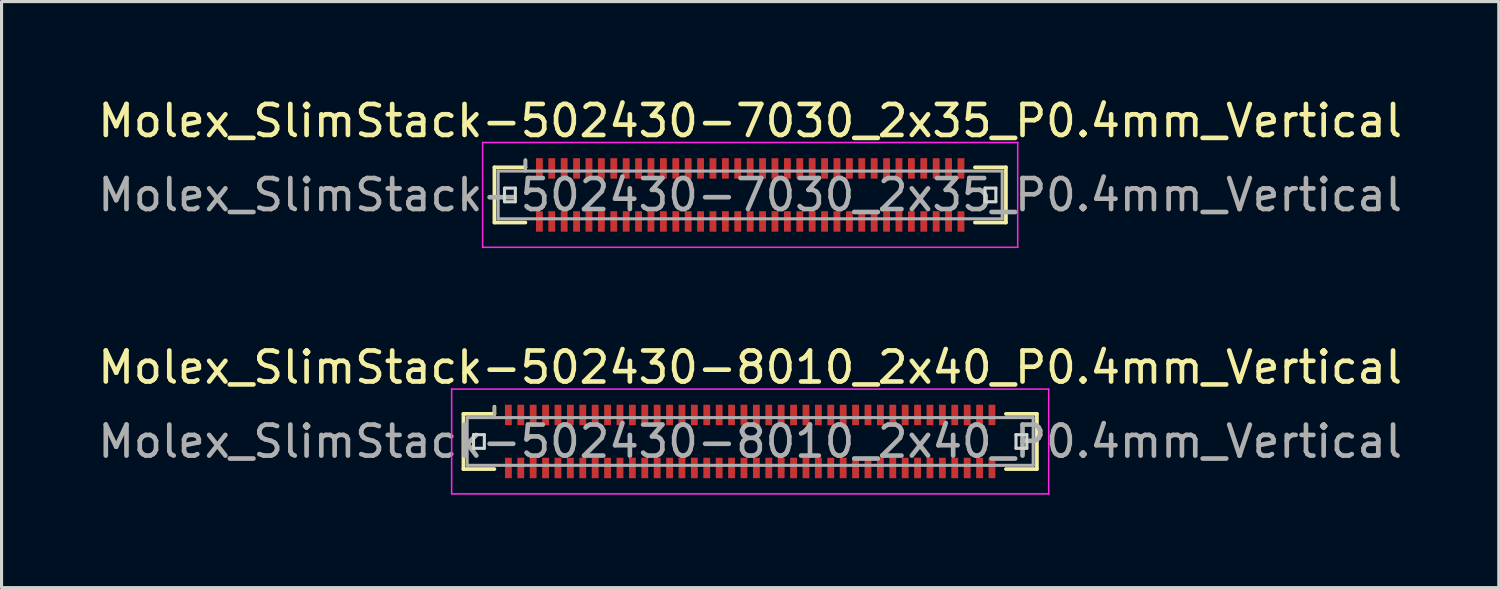
<source format=kicad_pcb>
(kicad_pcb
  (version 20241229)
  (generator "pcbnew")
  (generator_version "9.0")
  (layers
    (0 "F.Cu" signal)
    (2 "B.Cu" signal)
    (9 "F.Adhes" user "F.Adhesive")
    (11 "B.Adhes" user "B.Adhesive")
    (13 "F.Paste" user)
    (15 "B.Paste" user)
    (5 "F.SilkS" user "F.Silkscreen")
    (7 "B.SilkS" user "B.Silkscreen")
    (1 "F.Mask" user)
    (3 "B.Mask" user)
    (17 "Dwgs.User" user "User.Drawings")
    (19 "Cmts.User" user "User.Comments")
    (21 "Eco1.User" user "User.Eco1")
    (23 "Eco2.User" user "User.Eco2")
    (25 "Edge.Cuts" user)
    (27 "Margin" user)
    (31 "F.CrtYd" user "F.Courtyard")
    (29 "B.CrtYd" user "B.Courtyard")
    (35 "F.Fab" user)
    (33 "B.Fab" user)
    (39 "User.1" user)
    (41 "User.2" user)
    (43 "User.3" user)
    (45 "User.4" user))
  (footprint "Molex_SlimStack-502430-8010_2x40_P0.4mm_Vertical"
    (layer "F.Cu")
    (at 21.149 11.191)
    (property "Reference" "Molex_SlimStack-502430-8010_2x40_P0.4mm_Vertical" (at 0 -2.39 0) (layer "F.SilkS") (effects (font (size 1 1) (thickness 0.15))))
    (attr smd)
    (fp_line (start -9.25 -0.89) (end -8.25 -0.89) (stroke (width 0.12) (type solid)) (layer "F.SilkS"))
    (fp_line (start -9.25 0.89) (end -9.25 -0.89) (stroke (width 0.12) (type solid)) (layer "F.SilkS"))
    (fp_line (start -8.25 -0.89) (end -8.25 -1.12) (stroke (width 0.12) (type solid)) (layer "F.SilkS"))
    (fp_line (start -8.25 0.89) (end -9.25 0.89) (stroke (width 0.12) (type solid)) (layer "F.SilkS"))
    (fp_line (start 8.25 0.89) (end 9.25 0.89) (stroke (width 0.12) (type solid)) (layer "F.SilkS"))
    (fp_line (start 9.25 -0.89) (end 8.25 -0.89) (stroke (width 0.12) (type solid)) (layer "F.SilkS"))
    (fp_line (start 9.25 0.89) (end 9.25 -0.89) (stroke (width 0.12) (type solid)) (layer "F.SilkS"))
    (fp_line (start -8.925 -0.22) (end -8.925 0.22) (stroke (width 0.1) (type solid)) (layer "Edge.Cuts"))
    (fp_line (start -8.925 0.22) (end -8.575 0.22) (stroke (width 0.1) (type solid)) (layer "Edge.Cuts"))
    (fp_line (start -8.575 -0.22) (end -8.925 -0.22) (stroke (width 0.1) (type solid)) (layer "Edge.Cuts"))
    (fp_line (start -8.575 0.22) (end -8.575 -0.22) (stroke (width 0.1) (type solid)) (layer "Edge.Cuts"))
    (fp_line (start 8.575 -0.22) (end 8.575 0.22) (stroke (width 0.1) (type solid)) (layer "Edge.Cuts"))
    (fp_line (start 8.575 0.22) (end 8.925 0.22) (stroke (width 0.1) (type solid)) (layer "Edge.Cuts"))
    (fp_line (start 8.925 -0.22) (end 8.575 -0.22) (stroke (width 0.1) (type solid)) (layer "Edge.Cuts"))
    (fp_line (start 8.925 0.22) (end 8.925 -0.22) (stroke (width 0.1) (type solid)) (layer "Edge.Cuts"))
    (fp_line (start -9.63 -1.69) (end -9.63 1.69) (stroke (width 0.05) (type solid)) (layer "F.CrtYd"))
    (fp_line (start -9.63 1.69) (end 9.63 1.69) (stroke (width 0.05) (type solid)) (layer "F.CrtYd"))
    (fp_line (start 9.63 -1.69) (end -9.63 -1.69) (stroke (width 0.05) (type solid)) (layer "F.CrtYd"))
    (fp_line (start 9.63 1.69) (end 9.63 -1.69) (stroke (width 0.05) (type solid)) (layer "F.CrtYd"))
    (fp_line (start -9.13 -0.77) (end -9.13 0.77) (stroke (width 0.1) (type solid)) (layer "F.Fab"))
    (fp_line (start -9.13 0.77) (end 9.13 0.77) (stroke (width 0.1) (type solid)) (layer "F.Fab"))
    (fp_line (start -8.25 -0.77) (end -8.25 -1.12) (stroke (width 0.1) (type solid)) (layer "F.Fab"))
    (fp_line (start 9.13 -0.77) (end -9.13 -0.77) (stroke (width 0.1) (type solid)) (layer "F.Fab"))
    (fp_line (start 9.13 0.77) (end 9.13 -0.77) (stroke (width 0.1) (type solid)) (layer "F.Fab"))
    (fp_text user "${REFERENCE}" (at 0 0 0) (layer "F.Fab") (effects (font (size 1 1) (thickness 0.15))))
    (pad "1" smd rect (at -7.8 -0.855) (size 0.22 0.66) (layers "F.Cu" "F.Mask" "F.Paste"))
    (pad "2" smd rect (at -7.8 0.855) (size 0.22 0.66) (layers "F.Cu" "F.Mask" "F.Paste"))
    (pad "3" smd rect (at -7.4 -0.855) (size 0.22 0.66) (layers "F.Cu" "F.Mask" "F.Paste"))
    (pad "4" smd rect (at -7.4 0.855) (size 0.22 0.66) (layers "F.Cu" "F.Mask" "F.Paste"))
    (pad "5" smd rect (at -7 -0.855) (size 0.22 0.66) (layers "F.Cu" "F.Mask" "F.Paste"))
    (pad "6" smd rect (at -7 0.855) (size 0.22 0.66) (layers "F.Cu" "F.Mask" "F.Paste"))
    (pad "7" smd rect (at -6.6 -0.855) (size 0.22 0.66) (layers "F.Cu" "F.Mask" "F.Paste"))
    (pad "8" smd rect (at -6.6 0.855) (size 0.22 0.66) (layers "F.Cu" "F.Mask" "F.Paste"))
    (pad "9" smd rect (at -6.2 -0.855) (size 0.22 0.66) (layers "F.Cu" "F.Mask" "F.Paste"))
    (pad "10" smd rect (at -6.2 0.855) (size 0.22 0.66) (layers "F.Cu" "F.Mask" "F.Paste"))
    (pad "11" smd rect (at -5.8 -0.855) (size 0.22 0.66) (layers "F.Cu" "F.Mask" "F.Paste"))
    (pad "12" smd rect (at -5.8 0.855) (size 0.22 0.66) (layers "F.Cu" "F.Mask" "F.Paste"))
    (pad "13" smd rect (at -5.4 -0.855) (size 0.22 0.66) (layers "F.Cu" "F.Mask" "F.Paste"))
    (pad "14" smd rect (at -5.4 0.855) (size 0.22 0.66) (layers "F.Cu" "F.Mask" "F.Paste"))
    (pad "15" smd rect (at -5 -0.855) (size 0.22 0.66) (layers "F.Cu" "F.Mask" "F.Paste"))
    (pad "16" smd rect (at -5 0.855) (size 0.22 0.66) (layers "F.Cu" "F.Mask" "F.Paste"))
    (pad "17" smd rect (at -4.6 -0.855) (size 0.22 0.66) (layers "F.Cu" "F.Mask" "F.Paste"))
    (pad "18" smd rect (at -4.6 0.855) (size 0.22 0.66) (layers "F.Cu" "F.Mask" "F.Paste"))
    (pad "19" smd rect (at -4.2 -0.855) (size 0.22 0.66) (layers "F.Cu" "F.Mask" "F.Paste"))
    (pad "20" smd rect (at -4.2 0.855) (size 0.22 0.66) (layers "F.Cu" "F.Mask" "F.Paste"))
    (pad "21" smd rect (at -3.8 -0.855) (size 0.22 0.66) (layers "F.Cu" "F.Mask" "F.Paste"))
    (pad "22" smd rect (at -3.8 0.855) (size 0.22 0.66) (layers "F.Cu" "F.Mask" "F.Paste"))
    (pad "23" smd rect (at -3.4 -0.855) (size 0.22 0.66) (layers "F.Cu" "F.Mask" "F.Paste"))
    (pad "24" smd rect (at -3.4 0.855) (size 0.22 0.66) (layers "F.Cu" "F.Mask" "F.Paste"))
    (pad "25" smd rect (at -3 -0.855) (size 0.22 0.66) (layers "F.Cu" "F.Mask" "F.Paste"))
    (pad "26" smd rect (at -3 0.855) (size 0.22 0.66) (layers "F.Cu" "F.Mask" "F.Paste"))
    (pad "27" smd rect (at -2.6 -0.855) (size 0.22 0.66) (layers "F.Cu" "F.Mask" "F.Paste"))
    (pad "28" smd rect (at -2.6 0.855) (size 0.22 0.66) (layers "F.Cu" "F.Mask" "F.Paste"))
    (pad "29" smd rect (at -2.2 -0.855) (size 0.22 0.66) (layers "F.Cu" "F.Mask" "F.Paste"))
    (pad "30" smd rect (at -2.2 0.855) (size 0.22 0.66) (layers "F.Cu" "F.Mask" "F.Paste"))
    (pad "31" smd rect (at -1.8 -0.855) (size 0.22 0.66) (layers "F.Cu" "F.Mask" "F.Paste"))
    (pad "32" smd rect (at -1.8 0.855) (size 0.22 0.66) (layers "F.Cu" "F.Mask" "F.Paste"))
    (pad "33" smd rect (at -1.4 -0.855) (size 0.22 0.66) (layers "F.Cu" "F.Mask" "F.Paste"))
    (pad "34" smd rect (at -1.4 0.855) (size 0.22 0.66) (layers "F.Cu" "F.Mask" "F.Paste"))
    (pad "35" smd rect (at -1 -0.855) (size 0.22 0.66) (layers "F.Cu" "F.Mask" "F.Paste"))
    (pad "36" smd rect (at -1 0.855) (size 0.22 0.66) (layers "F.Cu" "F.Mask" "F.Paste"))
    (pad "37" smd rect (at -0.6 -0.855) (size 0.22 0.66) (layers "F.Cu" "F.Mask" "F.Paste"))
    (pad "38" smd rect (at -0.6 0.855) (size 0.22 0.66) (layers "F.Cu" "F.Mask" "F.Paste"))
    (pad "39" smd rect (at -0.2 -0.855) (size 0.22 0.66) (layers "F.Cu" "F.Mask" "F.Paste"))
    (pad "40" smd rect (at -0.2 0.855) (size 0.22 0.66) (layers "F.Cu" "F.Mask" "F.Paste"))
    (pad "41" smd rect (at 0.2 -0.855) (size 0.22 0.66) (layers "F.Cu" "F.Mask" "F.Paste"))
    (pad "42" smd rect (at 0.2 0.855) (size 0.22 0.66) (layers "F.Cu" "F.Mask" "F.Paste"))
    (pad "43" smd rect (at 0.6 -0.855) (size 0.22 0.66) (layers "F.Cu" "F.Mask" "F.Paste"))
    (pad "44" smd rect (at 0.6 0.855) (size 0.22 0.66) (layers "F.Cu" "F.Mask" "F.Paste"))
    (pad "45" smd rect (at 1 -0.855) (size 0.22 0.66) (layers "F.Cu" "F.Mask" "F.Paste"))
    (pad "46" smd rect (at 1 0.855) (size 0.22 0.66) (layers "F.Cu" "F.Mask" "F.Paste"))
    (pad "47" smd rect (at 1.4 -0.855) (size 0.22 0.66) (layers "F.Cu" "F.Mask" "F.Paste"))
    (pad "48" smd rect (at 1.4 0.855) (size 0.22 0.66) (layers "F.Cu" "F.Mask" "F.Paste"))
    (pad "49" smd rect (at 1.8 -0.855) (size 0.22 0.66) (layers "F.Cu" "F.Mask" "F.Paste"))
    (pad "50" smd rect (at 1.8 0.855) (size 0.22 0.66) (layers "F.Cu" "F.Mask" "F.Paste"))
    (pad "51" smd rect (at 2.2 -0.855) (size 0.22 0.66) (layers "F.Cu" "F.Mask" "F.Paste"))
    (pad "52" smd rect (at 2.2 0.855) (size 0.22 0.66) (layers "F.Cu" "F.Mask" "F.Paste"))
    (pad "53" smd rect (at 2.6 -0.855) (size 0.22 0.66) (layers "F.Cu" "F.Mask" "F.Paste"))
    (pad "54" smd rect (at 2.6 0.855) (size 0.22 0.66) (layers "F.Cu" "F.Mask" "F.Paste"))
    (pad "55" smd rect (at 3 -0.855) (size 0.22 0.66) (layers "F.Cu" "F.Mask" "F.Paste"))
    (pad "56" smd rect (at 3 0.855) (size 0.22 0.66) (layers "F.Cu" "F.Mask" "F.Paste"))
    (pad "57" smd rect (at 3.4 -0.855) (size 0.22 0.66) (layers "F.Cu" "F.Mask" "F.Paste"))
    (pad "58" smd rect (at 3.4 0.855) (size 0.22 0.66) (layers "F.Cu" "F.Mask" "F.Paste"))
    (pad "59" smd rect (at 3.8 -0.855) (size 0.22 0.66) (layers "F.Cu" "F.Mask" "F.Paste"))
    (pad "60" smd rect (at 3.8 0.855) (size 0.22 0.66) (layers "F.Cu" "F.Mask" "F.Paste"))
    (pad "61" smd rect (at 4.2 -0.855) (size 0.22 0.66) (layers "F.Cu" "F.Mask" "F.Paste"))
    (pad "62" smd rect (at 4.2 0.855) (size 0.22 0.66) (layers "F.Cu" "F.Mask" "F.Paste"))
    (pad "63" smd rect (at 4.6 -0.855) (size 0.22 0.66) (layers "F.Cu" "F.Mask" "F.Paste"))
    (pad "64" smd rect (at 4.6 0.855) (size 0.22 0.66) (layers "F.Cu" "F.Mask" "F.Paste"))
    (pad "65" smd rect (at 5 -0.855) (size 0.22 0.66) (layers "F.Cu" "F.Mask" "F.Paste"))
    (pad "66" smd rect (at 5 0.855) (size 0.22 0.66) (layers "F.Cu" "F.Mask" "F.Paste"))
    (pad "67" smd rect (at 5.4 -0.855) (size 0.22 0.66) (layers "F.Cu" "F.Mask" "F.Paste"))
    (pad "68" smd rect (at 5.4 0.855) (size 0.22 0.66) (layers "F.Cu" "F.Mask" "F.Paste"))
    (pad "69" smd rect (at 5.8 -0.855) (size 0.22 0.66) (layers "F.Cu" "F.Mask" "F.Paste"))
    (pad "70" smd rect (at 5.8 0.855) (size 0.22 0.66) (layers "F.Cu" "F.Mask" "F.Paste"))
    (pad "71" smd rect (at 6.2 -0.855) (size 0.22 0.66) (layers "F.Cu" "F.Mask" "F.Paste"))
    (pad "72" smd rect (at 6.2 0.855) (size 0.22 0.66) (layers "F.Cu" "F.Mask" "F.Paste"))
    (pad "73" smd rect (at 6.6 -0.855) (size 0.22 0.66) (layers "F.Cu" "F.Mask" "F.Paste"))
    (pad "74" smd rect (at 6.6 0.855) (size 0.22 0.66) (layers "F.Cu" "F.Mask" "F.Paste"))
    (pad "75" smd rect (at 7 -0.855) (size 0.22 0.66) (layers "F.Cu" "F.Mask" "F.Paste"))
    (pad "76" smd rect (at 7 0.855) (size 0.22 0.66) (layers "F.Cu" "F.Mask" "F.Paste"))
    (pad "77" smd rect (at 7.4 -0.855) (size 0.22 0.66) (layers "F.Cu" "F.Mask" "F.Paste"))
    (pad "78" smd rect (at 7.4 0.855) (size 0.22 0.66) (layers "F.Cu" "F.Mask" "F.Paste"))
    (pad "79" smd rect (at 7.8 -0.855) (size 0.22 0.66) (layers "F.Cu" "F.Mask" "F.Paste"))
    (pad "80" smd rect (at 7.8 0.855) (size 0.22 0.66) (layers "F.Cu" "F.Mask" "F.Paste")))
  (footprint "Molex_SlimStack-502430-7030_2x35_P0.4mm_Vertical"
    (layer "F.Cu")
    (at 21.149 3.238)
    (property "Reference" "Molex_SlimStack-502430-7030_2x35_P0.4mm_Vertical" (at 0 -2.39 0) (layer "F.SilkS") (effects (font (size 1 1) (thickness 0.15))))
    (attr smd)
    (fp_line (start -8.25 -0.89) (end -7.25 -0.89) (stroke (width 0.12) (type solid)) (layer "F.SilkS"))
    (fp_line (start -8.25 0.89) (end -8.25 -0.89) (stroke (width 0.12) (type solid)) (layer "F.SilkS"))
    (fp_line (start -7.25 -0.89) (end -7.25 -1.12) (stroke (width 0.12) (type solid)) (layer "F.SilkS"))
    (fp_line (start -7.25 0.89) (end -8.25 0.89) (stroke (width 0.12) (type solid)) (layer "F.SilkS"))
    (fp_line (start 7.25 0.89) (end 8.25 0.89) (stroke (width 0.12) (type solid)) (layer "F.SilkS"))
    (fp_line (start 8.25 -0.89) (end 7.25 -0.89) (stroke (width 0.12) (type solid)) (layer "F.SilkS"))
    (fp_line (start 8.25 0.89) (end 8.25 -0.89) (stroke (width 0.12) (type solid)) (layer "F.SilkS"))
    (fp_line (start -7.925 -0.22) (end -7.925 0.22) (stroke (width 0.1) (type solid)) (layer "Edge.Cuts"))
    (fp_line (start -7.925 0.22) (end -7.575 0.22) (stroke (width 0.1) (type solid)) (layer "Edge.Cuts"))
    (fp_line (start -7.575 -0.22) (end -7.925 -0.22) (stroke (width 0.1) (type solid)) (layer "Edge.Cuts"))
    (fp_line (start -7.575 0.22) (end -7.575 -0.22) (stroke (width 0.1) (type solid)) (layer "Edge.Cuts"))
    (fp_line (start 7.575 -0.22) (end 7.575 0.22) (stroke (width 0.1) (type solid)) (layer "Edge.Cuts"))
    (fp_line (start 7.575 0.22) (end 7.925 0.22) (stroke (width 0.1) (type solid)) (layer "Edge.Cuts"))
    (fp_line (start 7.925 -0.22) (end 7.575 -0.22) (stroke (width 0.1) (type solid)) (layer "Edge.Cuts"))
    (fp_line (start 7.925 0.22) (end 7.925 -0.22) (stroke (width 0.1) (type solid)) (layer "Edge.Cuts"))
    (fp_line (start -8.63 -1.69) (end -8.63 1.69) (stroke (width 0.05) (type solid)) (layer "F.CrtYd"))
    (fp_line (start -8.63 1.69) (end 8.63 1.69) (stroke (width 0.05) (type solid)) (layer "F.CrtYd"))
    (fp_line (start 8.63 -1.69) (end -8.63 -1.69) (stroke (width 0.05) (type solid)) (layer "F.CrtYd"))
    (fp_line (start 8.63 1.69) (end 8.63 -1.69) (stroke (width 0.05) (type solid)) (layer "F.CrtYd"))
    (fp_line (start -8.13 -0.77) (end -8.13 0.77) (stroke (width 0.1) (type solid)) (layer "F.Fab"))
    (fp_line (start -8.13 0.77) (end 8.13 0.77) (stroke (width 0.1) (type solid)) (layer "F.Fab"))
    (fp_line (start -7.25 -0.77) (end -7.25 -1.12) (stroke (width 0.1) (type solid)) (layer "F.Fab"))
    (fp_line (start 8.13 -0.77) (end -8.13 -0.77) (stroke (width 0.1) (type solid)) (layer "F.Fab"))
    (fp_line (start 8.13 0.77) (end 8.13 -0.77) (stroke (width 0.1) (type solid)) (layer "F.Fab"))
    (fp_text user "${REFERENCE}" (at 0 0 0) (layer "F.Fab") (effects (font (size 1 1) (thickness 0.15))))
    (pad "1" smd rect (at -6.8 -0.855) (size 0.22 0.66) (layers "F.Cu" "F.Mask" "F.Paste"))
    (pad "2" smd rect (at -6.8 0.855) (size 0.22 0.66) (layers "F.Cu" "F.Mask" "F.Paste"))
    (pad "3" smd rect (at -6.4 -0.855) (size 0.22 0.66) (layers "F.Cu" "F.Mask" "F.Paste"))
    (pad "4" smd rect (at -6.4 0.855) (size 0.22 0.66) (layers "F.Cu" "F.Mask" "F.Paste"))
    (pad "5" smd rect (at -6 -0.855) (size 0.22 0.66) (layers "F.Cu" "F.Mask" "F.Paste"))
    (pad "6" smd rect (at -6 0.855) (size 0.22 0.66) (layers "F.Cu" "F.Mask" "F.Paste"))
    (pad "7" smd rect (at -5.6 -0.855) (size 0.22 0.66) (layers "F.Cu" "F.Mask" "F.Paste"))
    (pad "8" smd rect (at -5.6 0.855) (size 0.22 0.66) (layers "F.Cu" "F.Mask" "F.Paste"))
    (pad "9" smd rect (at -5.2 -0.855) (size 0.22 0.66) (layers "F.Cu" "F.Mask" "F.Paste"))
    (pad "10" smd rect (at -5.2 0.855) (size 0.22 0.66) (layers "F.Cu" "F.Mask" "F.Paste"))
    (pad "11" smd rect (at -4.8 -0.855) (size 0.22 0.66) (layers "F.Cu" "F.Mask" "F.Paste"))
    (pad "12" smd rect (at -4.8 0.855) (size 0.22 0.66) (layers "F.Cu" "F.Mask" "F.Paste"))
    (pad "13" smd rect (at -4.4 -0.855) (size 0.22 0.66) (layers "F.Cu" "F.Mask" "F.Paste"))
    (pad "14" smd rect (at -4.4 0.855) (size 0.22 0.66) (layers "F.Cu" "F.Mask" "F.Paste"))
    (pad "15" smd rect (at -4 -0.855) (size 0.22 0.66) (layers "F.Cu" "F.Mask" "F.Paste"))
    (pad "16" smd rect (at -4 0.855) (size 0.22 0.66) (layers "F.Cu" "F.Mask" "F.Paste"))
    (pad "17" smd rect (at -3.6 -0.855) (size 0.22 0.66) (layers "F.Cu" "F.Mask" "F.Paste"))
    (pad "18" smd rect (at -3.6 0.855) (size 0.22 0.66) (layers "F.Cu" "F.Mask" "F.Paste"))
    (pad "19" smd rect (at -3.2 -0.855) (size 0.22 0.66) (layers "F.Cu" "F.Mask" "F.Paste"))
    (pad "20" smd rect (at -3.2 0.855) (size 0.22 0.66) (layers "F.Cu" "F.Mask" "F.Paste"))
    (pad "21" smd rect (at -2.8 -0.855) (size 0.22 0.66) (layers "F.Cu" "F.Mask" "F.Paste"))
    (pad "22" smd rect (at -2.8 0.855) (size 0.22 0.66) (layers "F.Cu" "F.Mask" "F.Paste"))
    (pad "23" smd rect (at -2.4 -0.855) (size 0.22 0.66) (layers "F.Cu" "F.Mask" "F.Paste"))
    (pad "24" smd rect (at -2.4 0.855) (size 0.22 0.66) (layers "F.Cu" "F.Mask" "F.Paste"))
    (pad "25" smd rect (at -2 -0.855) (size 0.22 0.66) (layers "F.Cu" "F.Mask" "F.Paste"))
    (pad "26" smd rect (at -2 0.855) (size 0.22 0.66) (layers "F.Cu" "F.Mask" "F.Paste"))
    (pad "27" smd rect (at -1.6 -0.855) (size 0.22 0.66) (layers "F.Cu" "F.Mask" "F.Paste"))
    (pad "28" smd rect (at -1.6 0.855) (size 0.22 0.66) (layers "F.Cu" "F.Mask" "F.Paste"))
    (pad "29" smd rect (at -1.2 -0.855) (size 0.22 0.66) (layers "F.Cu" "F.Mask" "F.Paste"))
    (pad "30" smd rect (at -1.2 0.855) (size 0.22 0.66) (layers "F.Cu" "F.Mask" "F.Paste"))
    (pad "31" smd rect (at -0.8 -0.855) (size 0.22 0.66) (layers "F.Cu" "F.Mask" "F.Paste"))
    (pad "32" smd rect (at -0.8 0.855) (size 0.22 0.66) (layers "F.Cu" "F.Mask" "F.Paste"))
    (pad "33" smd rect (at -0.4 -0.855) (size 0.22 0.66) (layers "F.Cu" "F.Mask" "F.Paste"))
    (pad "34" smd rect (at -0.4 0.855) (size 0.22 0.66) (layers "F.Cu" "F.Mask" "F.Paste"))
    (pad "35" smd rect (at 0 -0.855) (size 0.22 0.66) (layers "F.Cu" "F.Mask" "F.Paste"))
    (pad "36" smd rect (at 0 0.855) (size 0.22 0.66) (layers "F.Cu" "F.Mask" "F.Paste"))
    (pad "37" smd rect (at 0.4 -0.855) (size 0.22 0.66) (layers "F.Cu" "F.Mask" "F.Paste"))
    (pad "38" smd rect (at 0.4 0.855) (size 0.22 0.66) (layers "F.Cu" "F.Mask" "F.Paste"))
    (pad "39" smd rect (at 0.8 -0.855) (size 0.22 0.66) (layers "F.Cu" "F.Mask" "F.Paste"))
    (pad "40" smd rect (at 0.8 0.855) (size 0.22 0.66) (layers "F.Cu" "F.Mask" "F.Paste"))
    (pad "41" smd rect (at 1.2 -0.855) (size 0.22 0.66) (layers "F.Cu" "F.Mask" "F.Paste"))
    (pad "42" smd rect (at 1.2 0.855) (size 0.22 0.66) (layers "F.Cu" "F.Mask" "F.Paste"))
    (pad "43" smd rect (at 1.6 -0.855) (size 0.22 0.66) (layers "F.Cu" "F.Mask" "F.Paste"))
    (pad "44" smd rect (at 1.6 0.855) (size 0.22 0.66) (layers "F.Cu" "F.Mask" "F.Paste"))
    (pad "45" smd rect (at 2 -0.855) (size 0.22 0.66) (layers "F.Cu" "F.Mask" "F.Paste"))
    (pad "46" smd rect (at 2 0.855) (size 0.22 0.66) (layers "F.Cu" "F.Mask" "F.Paste"))
    (pad "47" smd rect (at 2.4 -0.855) (size 0.22 0.66) (layers "F.Cu" "F.Mask" "F.Paste"))
    (pad "48" smd rect (at 2.4 0.855) (size 0.22 0.66) (layers "F.Cu" "F.Mask" "F.Paste"))
    (pad "49" smd rect (at 2.8 -0.855) (size 0.22 0.66) (layers "F.Cu" "F.Mask" "F.Paste"))
    (pad "50" smd rect (at 2.8 0.855) (size 0.22 0.66) (layers "F.Cu" "F.Mask" "F.Paste"))
    (pad "51" smd rect (at 3.2 -0.855) (size 0.22 0.66) (layers "F.Cu" "F.Mask" "F.Paste"))
    (pad "52" smd rect (at 3.2 0.855) (size 0.22 0.66) (layers "F.Cu" "F.Mask" "F.Paste"))
    (pad "53" smd rect (at 3.6 -0.855) (size 0.22 0.66) (layers "F.Cu" "F.Mask" "F.Paste"))
    (pad "54" smd rect (at 3.6 0.855) (size 0.22 0.66) (layers "F.Cu" "F.Mask" "F.Paste"))
    (pad "55" smd rect (at 4 -0.855) (size 0.22 0.66) (layers "F.Cu" "F.Mask" "F.Paste"))
    (pad "56" smd rect (at 4 0.855) (size 0.22 0.66) (layers "F.Cu" "F.Mask" "F.Paste"))
    (pad "57" smd rect (at 4.4 -0.855) (size 0.22 0.66) (layers "F.Cu" "F.Mask" "F.Paste"))
    (pad "58" smd rect (at 4.4 0.855) (size 0.22 0.66) (layers "F.Cu" "F.Mask" "F.Paste"))
    (pad "59" smd rect (at 4.8 -0.855) (size 0.22 0.66) (layers "F.Cu" "F.Mask" "F.Paste"))
    (pad "60" smd rect (at 4.8 0.855) (size 0.22 0.66) (layers "F.Cu" "F.Mask" "F.Paste"))
    (pad "61" smd rect (at 5.2 -0.855) (size 0.22 0.66) (layers "F.Cu" "F.Mask" "F.Paste"))
    (pad "62" smd rect (at 5.2 0.855) (size 0.22 0.66) (layers "F.Cu" "F.Mask" "F.Paste"))
    (pad "63" smd rect (at 5.6 -0.855) (size 0.22 0.66) (layers "F.Cu" "F.Mask" "F.Paste"))
    (pad "64" smd rect (at 5.6 0.855) (size 0.22 0.66) (layers "F.Cu" "F.Mask" "F.Paste"))
    (pad "65" smd rect (at 6 -0.855) (size 0.22 0.66) (layers "F.Cu" "F.Mask" "F.Paste"))
    (pad "66" smd rect (at 6 0.855) (size 0.22 0.66) (layers "F.Cu" "F.Mask" "F.Paste"))
    (pad "67" smd rect (at 6.4 -0.855) (size 0.22 0.66) (layers "F.Cu" "F.Mask" "F.Paste"))
    (pad "68" smd rect (at 6.4 0.855) (size 0.22 0.66) (layers "F.Cu" "F.Mask" "F.Paste"))
    (pad "69" smd rect (at 6.8 -0.855) (size 0.22 0.66) (layers "F.Cu" "F.Mask" "F.Paste"))
    (pad "70" smd rect (at 6.8 0.855) (size 0.22 0.66) (layers "F.Cu" "F.Mask" "F.Paste")))
  (gr_rect
    (start -3 -3)
    (end 45.298 15.906)
    (stroke (width 0.1) (type default))
    (fill no)
    (layer "Edge.Cuts")))
</source>
